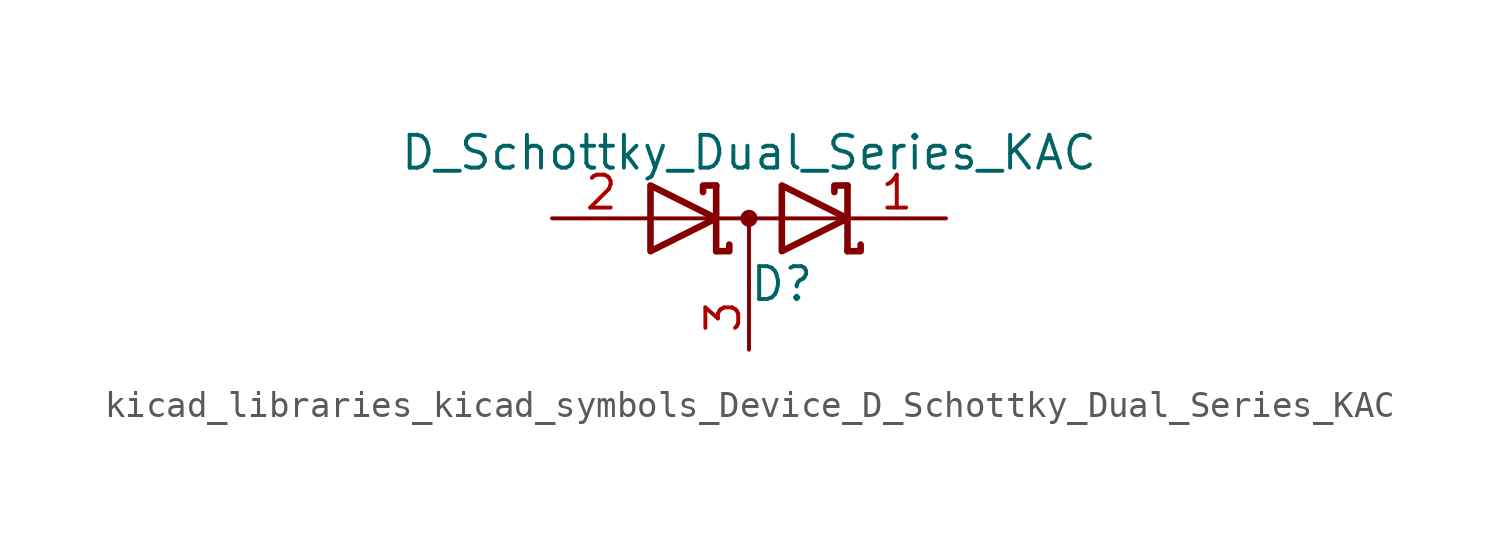
<source format=kicad_sym>
(kicad_symbol_lib
  (version 20220914)
  (generator kicad_symbol_editor)
  (symbol "kicad_libraries_kicad_symbols_Device_D_Schottky_Dual_Series_KAC"
    (pin_names
      (offset 0.762) hide)
    (property "Reference" "D"
      (at 1.27 -2.54 0)
      (effects (font (size 1.27 1.27))))
    (property "Value" "D_Schottky_Dual_Series_KAC"
      (at 0 2.54 0)
      (effects (font (size 1.27 1.27))))
    (symbol "kicad_libraries_kicad_symbols_Device_D_Schottky_Dual_Series_KAC_0_1"
      (polyline (pts (xy -3.81 0) (xy 3.81 0)) (stroke (width 0) (type default)) (fill (type none)))
      (polyline (pts (xy 0 0) (xy 0 -2.54)) (stroke (width 0) (type default)) (fill (type none)))
      (polyline (pts (xy -1.27 -1.27) (xy -1.27 1.27) (xy -1.27 1.27)) (stroke (width 0.254) (type default)) (fill (type none)))
      (polyline (pts (xy 3.81 1.27) (xy 3.81 -1.27) (xy 3.81 -1.27)) (stroke (width 0.254) (type default)) (fill (type none)))
      (polyline (pts (xy -1.27 -1.27) (xy -0.762 -1.27) (xy -0.762 -1.016) (xy -0.762 -1.016)) (stroke (width 0.254) (type default)) (fill (type none)))
      (polyline (pts (xy 3.81 -1.27) (xy 4.318 -1.27) (xy 4.318 -1.016) (xy 4.318 -1.016)) (stroke (width 0.254) (type default)) (fill (type none)))
      (polyline (pts (xy 3.81 1.27) (xy 3.302 1.27) (xy 3.302 1.016) (xy 3.302 1.016)) (stroke (width 0.254) (type default)) (fill (type none)))
      (polyline (pts (xy -1.778 1.016) (xy -1.778 1.27) (xy -1.27 1.27) (xy -1.27 1.27) (xy -1.27 1.27)) (stroke (width 0.254) (type default)) (fill (type none)))
      (polyline (pts (xy -3.81 1.27) (xy -1.27 0) (xy -3.81 -1.27) (xy -3.81 1.27) (xy -3.81 1.27) (xy -3.81 1.27)) (stroke (width 0.254) (type default)) (fill (type none)))
      (polyline (pts (xy 1.27 1.27) (xy 3.81 0) (xy 1.27 -1.27) (xy 1.27 1.27) (xy 1.27 1.27) (xy 1.27 1.27)) (stroke (width 0.254) (type default)) (fill (type none)))
      (circle (center 0 0) (radius 0.254) (stroke (width 0) (type default)) (fill (type outline)))
      (pin passive line (at 7.62 0 180) (length 3.81) (name "K" (effects (font (size 1.27 1.27)))) (number "1" (effects (font (size 1.27 1.27)))))
      (pin passive line (at -7.62 0 0) (length 3.81) (name "A" (effects (font (size 1.27 1.27)))) (number "2" (effects (font (size 1.27 1.27)))))
      (pin passive line (at 0 -5.08 90) (length 2.54) (name "common" (effects (font (size 1.27 1.27)))) (number "3" (effects (font (size 1.27 1.27))))))))
</source>
